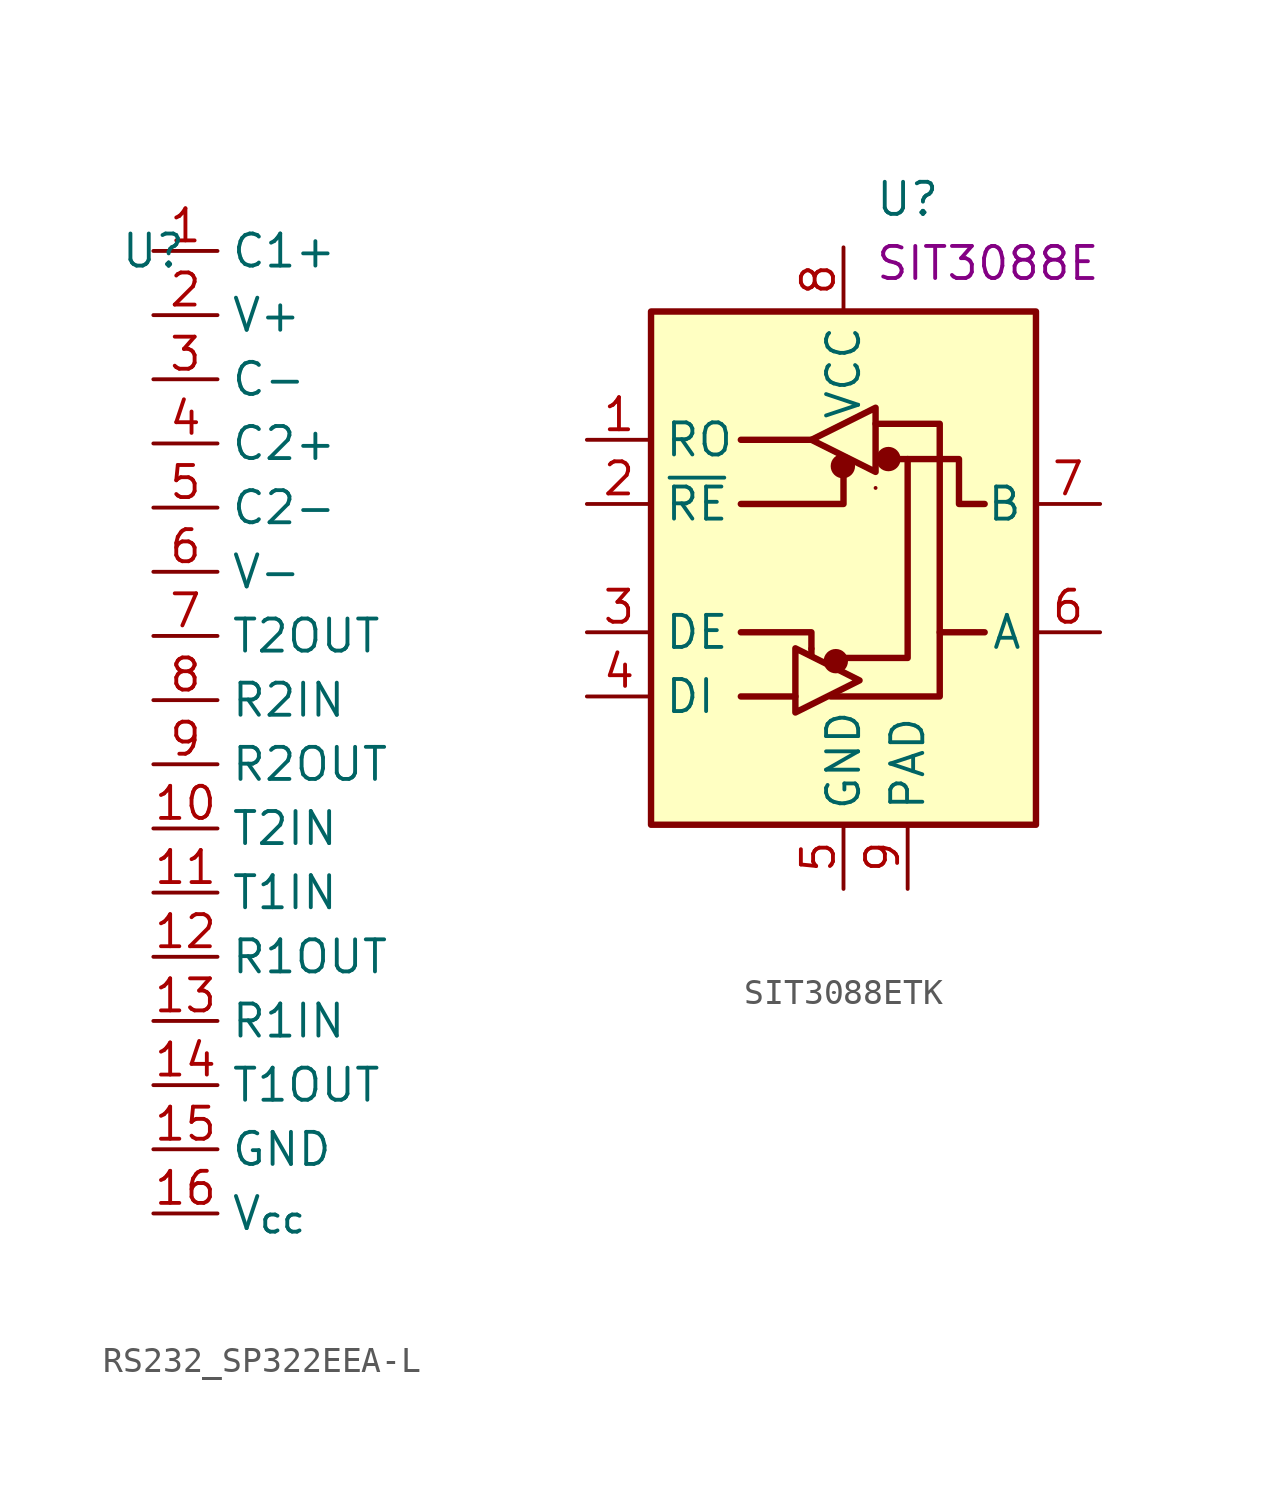
<source format=kicad_sym>
(kicad_symbol_lib
  (version 20220914)
  (generator kicad_symbol_editor)
  (symbol "RS232_SP322EEA-L"
    (property "Reference" "U"
      (at 0 0 0)
      (effects (font (size 1.27 1.27))))
    (property "Value" ""
      (at 0 0 0)
      (effects (font (size 1.27 1.27))))
    (symbol "RS232_SP322EEA-L_0_0"
      (pin passive line (at 0 0 0) (length 2.54) (name "C1+" (effects (font (size 1.27 1.27)))) (number "1" (effects (font (size 1.27 1.27)))))
      (pin input line (at 0 -22.86 0) (length 2.54) (name "T2IN" (effects (font (size 1.27 1.27)))) (number "10" (effects (font (size 1.27 1.27)))))
      (pin input line (at 0 -25.4 0) (length 2.54) (name "T1IN" (effects (font (size 1.27 1.27)))) (number "11" (effects (font (size 1.27 1.27)))))
      (pin output line (at 0 -27.94 0) (length 2.54) (name "R1OUT" (effects (font (size 1.27 1.27)))) (number "12" (effects (font (size 1.27 1.27)))))
      (pin input line (at 0 -30.48 0) (length 2.54) (name "R1IN" (effects (font (size 1.27 1.27)))) (number "13" (effects (font (size 1.27 1.27)))))
      (pin output line (at 0 -33.02 0) (length 2.54) (name "T1OUT" (effects (font (size 1.27 1.27)))) (number "14" (effects (font (size 1.27 1.27)))))
      (pin power_in line (at 0 -35.56 0) (length 2.54) (name "GND" (effects (font (size 1.27 1.27)))) (number "15" (effects (font (size 1.27 1.27)))))
      (pin unspecified line (at 0 -38.1 0) (length 2.54) (name "V_{cc}" (effects (font (size 1.27 1.27)))) (number "16" (effects (font (size 1.27 1.27)))))
      (pin passive line (at 0 -2.54 0) (length 2.54) (name "V+" (effects (font (size 1.27 1.27)))) (number "2" (effects (font (size 1.27 1.27)))))
      (pin passive line (at 0 -5.08 0) (length 2.54) (name "C-" (effects (font (size 1.27 1.27)))) (number "3" (effects (font (size 1.27 1.27)))))
      (pin passive line (at 0 -7.62 0) (length 2.54) (name "C2+" (effects (font (size 1.27 1.27)))) (number "4" (effects (font (size 1.27 1.27)))))
      (pin passive line (at 0 -10.16 0) (length 2.54) (name "C2-" (effects (font (size 1.27 1.27)))) (number "5" (effects (font (size 1.27 1.27)))))
      (pin passive line (at 0 -12.7 0) (length 2.54) (name "V-" (effects (font (size 1.27 1.27)))) (number "6" (effects (font (size 1.27 1.27)))))
      (pin output line (at 0 -15.24 0) (length 2.54) (name "T2OUT" (effects (font (size 1.27 1.27)))) (number "7" (effects (font (size 1.27 1.27)))))
      (pin input line (at 0 -17.78 0) (length 2.54) (name "R2IN" (effects (font (size 1.27 1.27)))) (number "8" (effects (font (size 1.27 1.27)))))
      (pin output line (at 0 -20.32 0) (length 2.54) (name "R2OUT" (effects (font (size 1.27 1.27)))) (number "9" (effects (font (size 1.27 1.27)))))))
  (symbol "SIT3088ETK"
    (property "Reference" "U"
      (at 2.54 14.605 0)
      (effects (font (size 1.27 1.27))))
    (property "UserValue" "SIT3088E"
      (at 5.715 12.065 0)
      (effects (font (size 1.27 1.27))))
    (symbol "SIT3088ETK_0_1"
      (rectangle (start -7.62 10.16) (end 7.62 -10.16) (stroke (width 0.254) (type default)) (fill (type background)))
      (circle (center -0.305 -3.683) (radius 0.356) (stroke (width 0.254) (type default)) (fill (type outline)))
      (circle (center -0.025 4.039) (radius 0.356) (stroke (width 0.254) (type default)) (fill (type outline)))
      (polyline (pts (xy -4.064 -5.08) (xy -1.905 -5.08)) (stroke (width 0.254) (type default)) (fill (type none)))
      (polyline (pts (xy -4.064 5.08) (xy -1.27 5.08)) (stroke (width 0.254) (type default)) (fill (type none)))
      (polyline (pts (xy -1.27 -3.2) (xy -1.27 -3.454)) (stroke (width 0.254) (type default)) (fill (type none)))
      (polyline (pts (xy -4.064 -2.54) (xy -1.27 -2.54) (xy -1.27 -3.175)) (stroke (width 0.254) (type default)) (fill (type none)))
      (polyline (pts (xy 0 3.81) (xy 0 2.54) (xy -4.064 2.54)) (stroke (width 0.254) (type default)) (fill (type none)))
      (polyline (pts (xy 1.27 5.715) (xy 3.81 5.715) (xy 3.81 -2.54)) (stroke (width 0.254) (type default)) (fill (type none)))
      (polyline (pts (xy 2.54 4.318) (xy 2.54 -3.556) (xy -0.254 -3.556)) (stroke (width 0.254) (type default)) (fill (type none)))
      (polyline (pts (xy -1.905 -3.175) (xy -1.905 -5.715) (xy 0.635 -4.445) (xy -1.905 -3.175)) (stroke (width 0.254) (type default)) (fill (type none)))
      (polyline (pts (xy -1.27 5.08) (xy 1.27 6.35) (xy 1.27 3.81) (xy -1.27 5.08)) (stroke (width 0.254) (type default)) (fill (type none)))
      (polyline (pts (xy -0.508 -5.08) (xy 3.81 -5.08) (xy 3.81 -2.54) (xy 5.588 -2.54)) (stroke (width 0.254) (type default)) (fill (type none)))
      (polyline (pts (xy 2.032 4.318) (xy 4.572 4.318) (xy 4.572 2.54) (xy 5.588 2.54)) (stroke (width 0.254) (type default)) (fill (type none)))
      (rectangle (start 1.27 3.175) (end 1.27 3.175) (stroke (width 0) (type default)) (fill (type none)))
      (circle (center 1.778 4.318) (radius 0.356) (stroke (width 0.254) (type default)) (fill (type outline))))
    (symbol "SIT3088ETK_1_1"
      (pin output line (at -10.16 5.08 0) (length 2.54) (name "RO" (effects (font (size 1.27 1.27)))) (number "1" (effects (font (size 1.27 1.27)))))
      (pin input line (at -10.16 2.54 0) (length 2.54) (name "~{RE}" (effects (font (size 1.27 1.27)))) (number "2" (effects (font (size 1.27 1.27)))))
      (pin input line (at -10.16 -2.54 0) (length 2.54) (name "DE" (effects (font (size 1.27 1.27)))) (number "3" (effects (font (size 1.27 1.27)))))
      (pin input line (at -10.16 -5.08 0) (length 2.54) (name "DI" (effects (font (size 1.27 1.27)))) (number "4" (effects (font (size 1.27 1.27)))))
      (pin power_in line (at 0 -12.7 90) (length 2.54) (name "GND" (effects (font (size 1.27 1.27)))) (number "5" (effects (font (size 1.27 1.27)))))
      (pin bidirectional line (at 10.16 -2.54 180) (length 2.54) (name "A" (effects (font (size 1.27 1.27)))) (number "6" (effects (font (size 1.27 1.27)))))
      (pin bidirectional line (at 10.16 2.54 180) (length 2.54) (name "B" (effects (font (size 1.27 1.27)))) (number "7" (effects (font (size 1.27 1.27)))))
      (pin power_in line (at 0 12.7 270) (length 2.54) (name "VCC" (effects (font (size 1.27 1.27)))) (number "8" (effects (font (size 1.27 1.27)))))
      (pin power_in line (at 2.54 -12.7 90) (length 2.54) (name "PAD" (effects (font (size 1.27 1.27)))) (number "9" (effects (font (size 1.27 1.27))))))))
</source>
